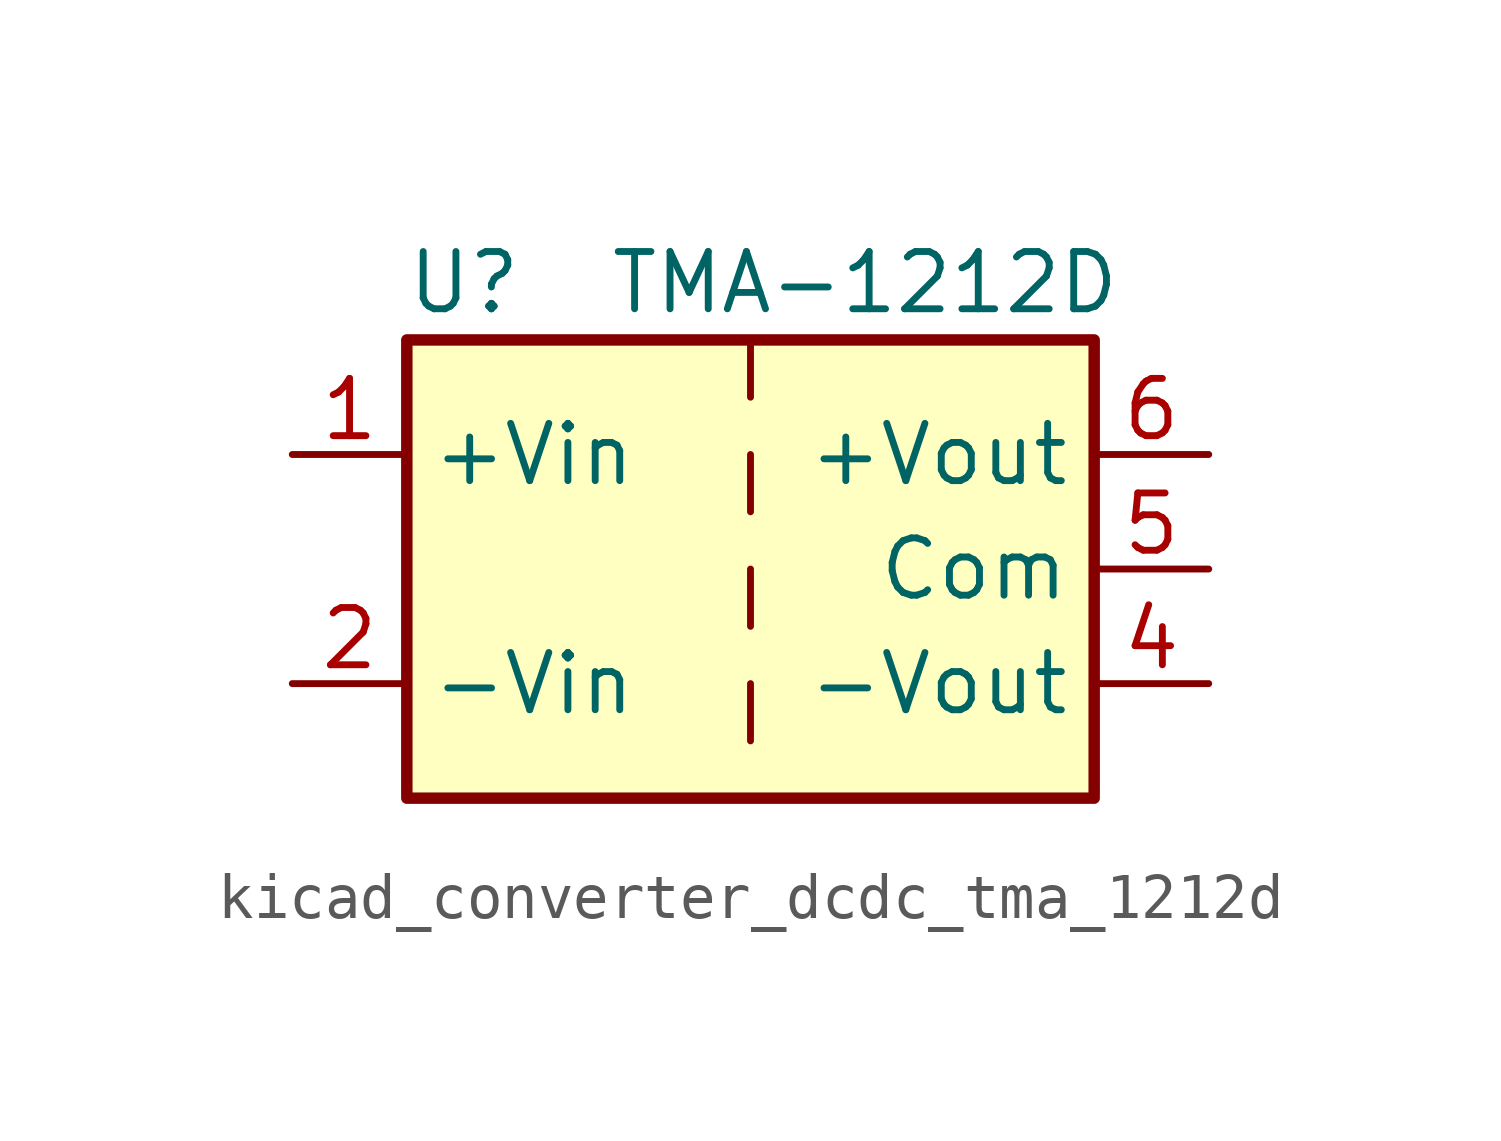
<source format=kicad_sym>
(kicad_symbol_lib
  (version 20220914)
  (generator kicad_symbol_editor)
  (symbol "kicad_converter_dcdc_tma_1212d"
    (property "Reference" "U"
      (at -6.35 6.35 0)
      (effects (font (size 1.27 1.27))))
    (property "Value" "TMA-1212D"
      (at 2.54 6.35 0)
      (effects (font (size 1.27 1.27))))
    (symbol "kicad_converter_dcdc_tma_1212d_0_1"
      (rectangle (start -7.62 5.08) (end 7.62 -5.08) (stroke (width 0.254) (type default)) (fill (type background)))
      (polyline (pts (xy 0 -2.54) (xy 0 -3.81)) (stroke (width 0) (type default)) (fill (type none)))
      (polyline (pts (xy 0 0) (xy 0 -1.27)) (stroke (width 0) (type default)) (fill (type none)))
      (polyline (pts (xy 0 2.54) (xy 0 1.27)) (stroke (width 0) (type default)) (fill (type none)))
      (polyline (pts (xy 0 5.08) (xy 0 3.81)) (stroke (width 0) (type default)) (fill (type none))))
    (symbol "kicad_converter_dcdc_tma_1212d_1_1"
      (pin power_in line (at -10.16 2.54 0) (length 2.54) (name "+Vin" (effects (font (size 1.27 1.27)))) (number "1" (effects (font (size 1.27 1.27)))))
      (pin power_in line (at -10.16 -2.54 0) (length 2.54) (name "-Vin" (effects (font (size 1.27 1.27)))) (number "2" (effects (font (size 1.27 1.27)))))
      (pin power_out line (at 10.16 -2.54 180) (length 2.54) (name "-Vout" (effects (font (size 1.27 1.27)))) (number "4" (effects (font (size 1.27 1.27)))))
      (pin power_out line (at 10.16 0 180) (length 2.54) (name "Com" (effects (font (size 1.27 1.27)))) (number "5" (effects (font (size 1.27 1.27)))))
      (pin power_out line (at 10.16 2.54 180) (length 2.54) (name "+Vout" (effects (font (size 1.27 1.27)))) (number "6" (effects (font (size 1.27 1.27))))))))
</source>
